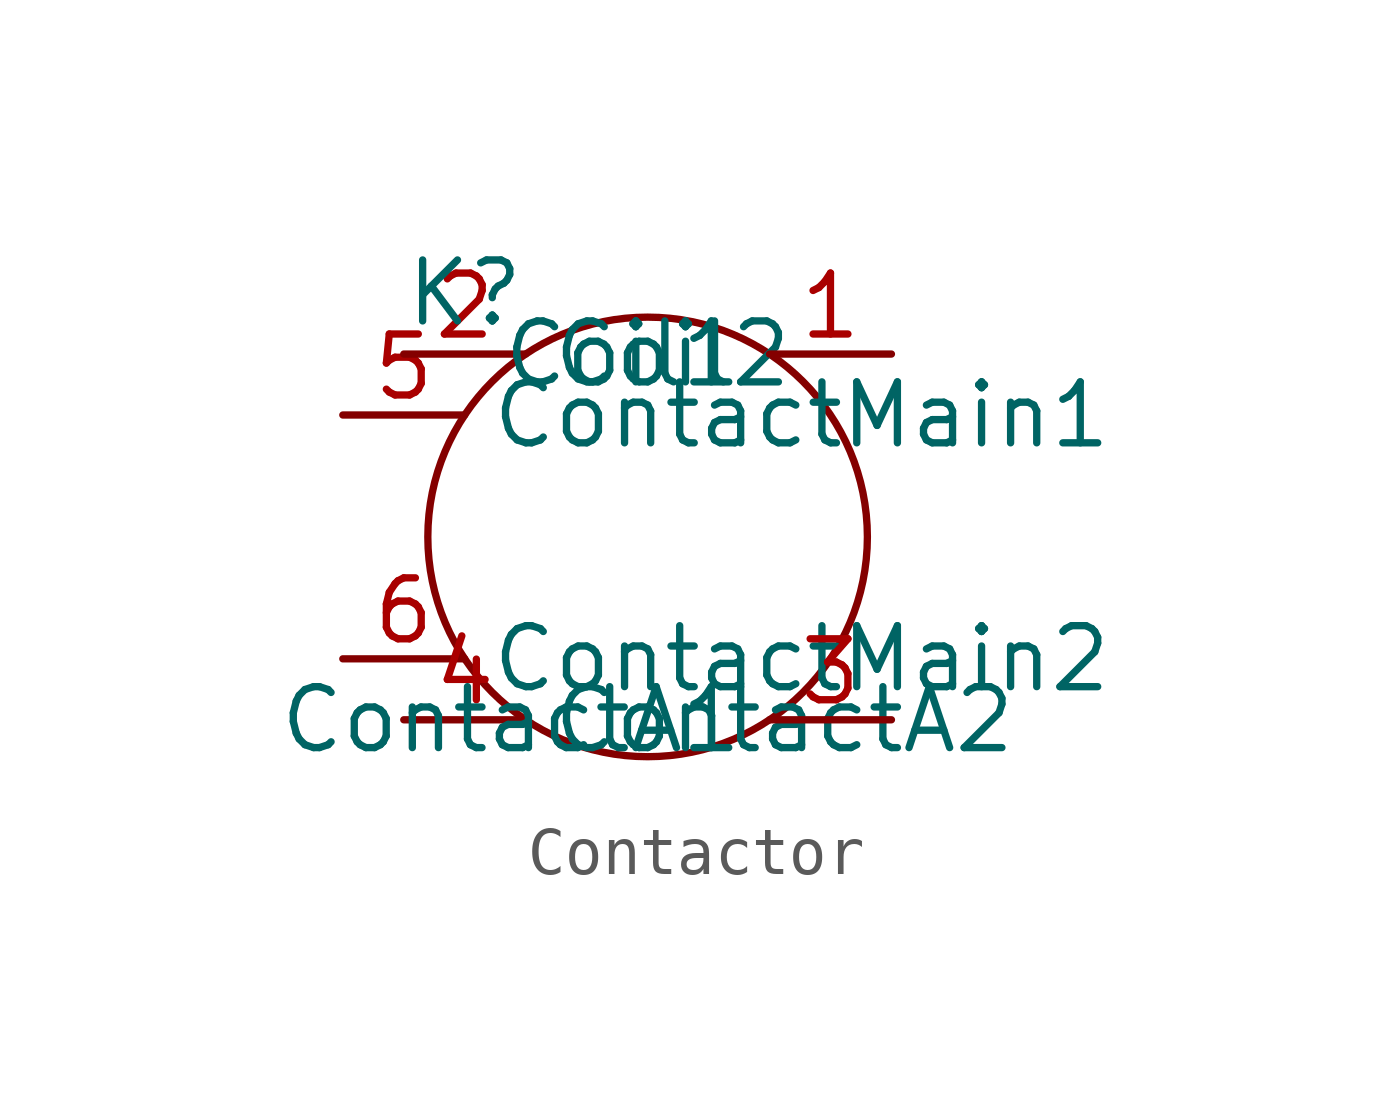
<source format=kicad_sym>
(kicad_symbol_lib
  (version 20220914)
  (generator kicad_symbol_editor)
  (symbol "Contactor"
    (property "Reference" "K"
      (at 1.27 1.27 0)
      (effects (font (size 1.27 1.27))))
    (property "Value" ""
      (at 0 0 0)
      (effects (font (size 1.27 1.27))))
    (symbol "Contactor_0_1"
      (circle (center 5.08 -3.81) (radius 4.579) (stroke (width 0) (type default)) (fill (type none))))
    (symbol "Contactor_1_1"
      (pin input line (at 10.16 0 180) (length 2.54) (name "Coil1" (effects (font (size 1.27 1.27)))) (number "1" (effects (font (size 1.27 1.27)))))
      (pin input line (at 0 0 0) (length 2.54) (name "Coil2" (effects (font (size 1.27 1.27)))) (number "2" (effects (font (size 1.27 1.27)))))
      (pin input line (at 10.16 -7.62 180) (length 2.54) (name "ContactA1" (effects (font (size 1.27 1.27)))) (number "3" (effects (font (size 1.27 1.27)))))
      (pin input line (at 0 -7.62 0) (length 2.54) (name "ContactA2" (effects (font (size 1.27 1.27)))) (number "4" (effects (font (size 1.27 1.27)))))
      (pin input line (at -1.27 -1.27 0) (length 2.54) (name "ContactMain1" (effects (font (size 1.27 1.27)))) (number "5" (effects (font (size 1.27 1.27)))))
      (pin input line (at -1.27 -6.35 0) (length 2.54) (name "ContactMain2" (effects (font (size 1.27 1.27)))) (number "6" (effects (font (size 1.27 1.27))))))))
</source>
